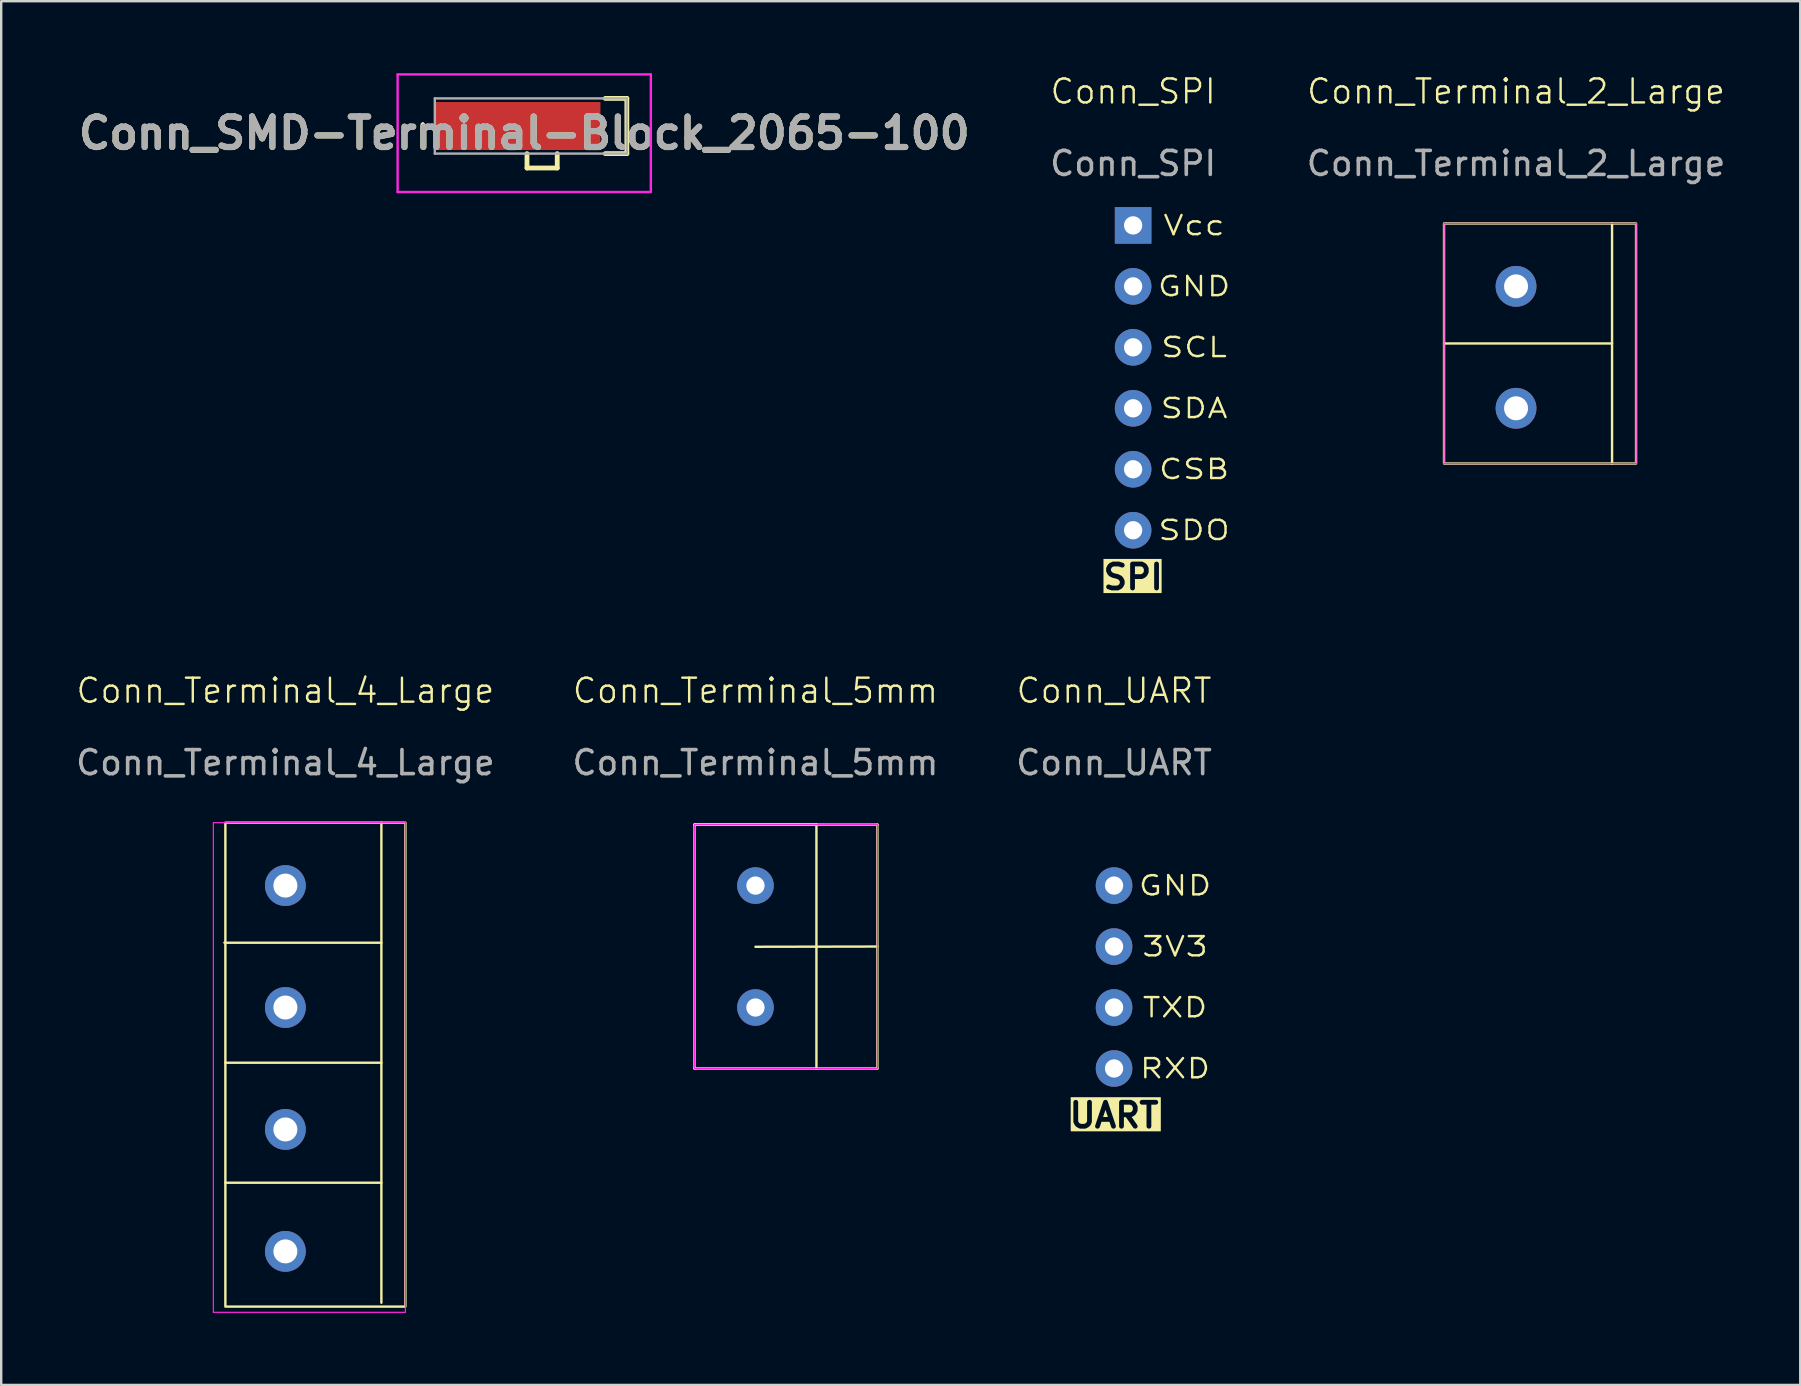
<source format=kicad_pcb>
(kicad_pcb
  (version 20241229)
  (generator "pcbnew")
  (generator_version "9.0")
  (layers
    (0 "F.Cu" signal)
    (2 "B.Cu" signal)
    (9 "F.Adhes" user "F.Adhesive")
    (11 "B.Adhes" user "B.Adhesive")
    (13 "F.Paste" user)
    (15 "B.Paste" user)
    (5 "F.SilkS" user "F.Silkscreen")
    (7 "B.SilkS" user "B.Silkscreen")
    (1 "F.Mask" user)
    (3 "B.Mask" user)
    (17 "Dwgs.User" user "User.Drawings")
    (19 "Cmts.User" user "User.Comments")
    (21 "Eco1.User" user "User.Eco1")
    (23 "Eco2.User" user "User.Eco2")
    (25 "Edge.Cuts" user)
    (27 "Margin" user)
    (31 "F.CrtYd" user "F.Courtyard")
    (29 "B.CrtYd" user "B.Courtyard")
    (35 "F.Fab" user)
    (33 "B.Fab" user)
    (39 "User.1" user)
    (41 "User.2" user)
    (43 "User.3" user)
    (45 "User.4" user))
  (footprint "Conn_SPI"
    (layer "F.Cu")
    (at 44.157 1.26)
    (property "Reference" "Conn_SPI" (at 0 -0.5 0) (unlocked yes) (layer "F.SilkS") (effects (font (size 1 1) (thickness 0.1))))
    (attr through_hole)
    (fp_text user "CSB" (at 2.54 15.24 0) (unlocked yes) (layer "F.SilkS") (effects (font (size 0.8 1) (thickness 0.1))))
    (fp_text user "SPI" (at 0 20.32 0) (unlocked yes) (layer "F.SilkS" knockout) (effects (font (size 1 1) (thickness 0.2) (bold yes)) (justify bottom)))
    (fp_text user "GND" (at 2.54 7.62 0) (unlocked yes) (layer "F.SilkS") (effects (font (size 0.8 1) (thickness 0.1))))
    (fp_text user "SDA" (at 2.54 12.7 0) (unlocked yes) (layer "F.SilkS") (effects (font (size 0.8 1) (thickness 0.1))))
    (fp_text user "SCL" (at 2.54 10.16 0) (unlocked yes) (layer "F.SilkS") (effects (font (size 0.8 1) (thickness 0.1))))
    (fp_text user "SDO" (at 2.54 17.78 0) (unlocked yes) (layer "F.SilkS") (effects (font (size 0.8 1) (thickness 0.1))))
    (fp_text user "Vcc" (at 2.54 5.08 0) (unlocked yes) (layer "F.SilkS") (effects (font (size 0.8 1) (thickness 0.1))))
    (fp_text user "${REFERENCE}" (at 0 2.5 0) (unlocked yes) (layer "F.Fab") (effects (font (size 1 1) (thickness 0.15))))
    (pad "CSB" thru_hole circle (at 0 15.24) (size 1.524 1.524) (drill 0.762) (layers "*.Cu" "*.Mask"))
    (pad "GND" thru_hole circle (at 0 7.62) (size 1.524 1.524) (drill 0.762) (layers "*.Cu" "*.Mask"))
    (pad "SCL" thru_hole circle (at 0 10.16) (size 1.524 1.524) (drill 0.762) (layers "*.Cu" "*.Mask"))
    (pad "SDA" thru_hole circle (at 0 12.7) (size 1.524 1.524) (drill 0.762) (layers "*.Cu" "*.Mask"))
    (pad "SDO" thru_hole circle (at 0 17.78) (size 1.524 1.524) (drill 0.762) (layers "*.Cu" "*.Mask"))
    (pad "Vcc" thru_hole rect (at 0 5.08) (size 1.524 1.524) (drill 0.762) (layers "*.Cu" "*.Mask")))
  (footprint "Conn_Terminal_2_Large"
    (layer "F.Cu")
    (at 60.11 1.26)
    (property "Reference" "Conn_Terminal_2_Large" (at 0 -0.5 0) (unlocked yes) (layer "F.SilkS") (effects (font (size 1 1) (thickness 0.1))))
    (attr through_hole)
    (fp_line (start -3 10) (end 4 10) (stroke (width 0.1) (type default)) (layer "F.SilkS"))
    (fp_line (start 4 5) (end 4 15) (stroke (width 0.1) (type default)) (layer "F.SilkS"))
    (fp_rect (start -3 5) (end 5 15) (stroke (width 0.1) (type default)) (fill no) (layer "F.SilkS"))
    (fp_line (start -3 5) (end 5 5) (stroke (width 0.05) (type default)) (layer "F.CrtYd"))
    (fp_line (start -3 15) (end -3 5) (stroke (width 0.05) (type default)) (layer "F.CrtYd"))
    (fp_line (start 5 5) (end 5 15) (stroke (width 0.05) (type default)) (layer "F.CrtYd"))
    (fp_line (start 5 15) (end -3 15) (stroke (width 0.05) (type default)) (layer "F.CrtYd"))
    (fp_text user "${REFERENCE}" (at 0 2.5 0) (unlocked yes) (layer "F.Fab") (effects (font (size 1 1) (thickness 0.15))))
    (pad "1" thru_hole oval (at 0 7.62) (size 1.7 1.7) (drill 1) (layers "*.Cu" "*.Mask"))
    (pad "2" thru_hole oval (at 0 12.7) (size 1.7 1.7) (drill 1) (layers "*.Cu" "*.Mask")))
  (footprint "Conn_UART"
    (layer "F.Cu")
    (at 43.363 26.224)
    (property "Reference" "Conn_UART" (at 0 -0.5 0) (unlocked yes) (layer "F.SilkS") (effects (font (size 1 1) (thickness 0.1))))
    (attr through_hole)
    (fp_text user "TXD" (at 2.54 12.7 0) (unlocked yes) (layer "F.SilkS") (effects (font (size 0.8 1) (thickness 0.1))))
    (fp_text user "GND" (at 2.54 7.62 0) (unlocked yes) (layer "F.SilkS") (effects (font (size 0.8 1) (thickness 0.1))))
    (fp_text user "UART" (at 0 17.78 0) (unlocked yes) (layer "F.SilkS" knockout) (effects (font (size 1 1) (thickness 0.2) (bold yes)) (justify bottom)))
    (fp_text user "3V3" (at 2.54 10.16 0) (unlocked yes) (layer "F.SilkS") (effects (font (size 0.8 1) (thickness 0.1))))
    (fp_text user "RXD" (at 2.54 15.24 0) (unlocked yes) (layer "F.SilkS") (effects (font (size 0.8 1) (thickness 0.1))))
    (fp_text user "${REFERENCE}" (at 0 2.5 0) (unlocked yes) (layer "F.Fab") (effects (font (size 1 1) (thickness 0.15))))
    (pad "3V3" thru_hole circle (at 0 10.16) (size 1.524 1.524) (drill 0.762) (layers "*.Cu" "*.Mask"))
    (pad "GND" thru_hole circle (at 0 7.62) (size 1.524 1.524) (drill 0.762) (layers "*.Cu" "*.Mask"))
    (pad "RXD" thru_hole circle (at 0 15.24) (size 1.524 1.524) (drill 0.762) (layers "*.Cu" "*.Mask"))
    (pad "TXD" thru_hole circle (at 0 12.7) (size 1.524 1.524) (drill 0.762) (layers "*.Cu" "*.Mask")))
  (footprint "Conn_SMD-Terminal-Block_2065-100"
    (layer "F.Cu")
    (at 18.79 2.5)
    (property "Reference" "Conn_SMD-Terminal-Block_2065-100" (at 0 0 0) (layer "F.SilkS") (effects (font (size 1.27 1.27) (thickness 0.254))))
    (attr smd)
    (fp_line (start -4.225 -0.4) (end -4.225 -0.4) (stroke (width 0.1) (type solid)) (layer "F.SilkS"))
    (fp_line (start -4.225 -0.3) (end -4.225 -0.3) (stroke (width 0.1) (type solid)) (layer "F.SilkS"))
    (fp_line (start 0.115 0.85) (end 0.115 1.45) (stroke (width 0.2) (type solid)) (layer "F.SilkS"))
    (fp_line (start 0.115 1.45) (end 1.375 1.45) (stroke (width 0.2) (type solid)) (layer "F.SilkS"))
    (fp_line (start 1.375 1.45) (end 1.375 0.85) (stroke (width 0.2) (type solid)) (layer "F.SilkS"))
    (fp_line (start 3.375 -1.45) (end 4.275 -1.45) (stroke (width 0.2) (type solid)) (layer "F.SilkS"))
    (fp_line (start 4.275 -1.45) (end 4.275 0.85) (stroke (width 0.2) (type solid)) (layer "F.SilkS"))
    (fp_line (start 4.275 0.85) (end 3.375 0.85) (stroke (width 0.2) (type solid)) (layer "F.SilkS"))
    (fp_arc (start -4.225 -0.4) (mid -4.175 -0.35) (end -4.225 -0.3) (stroke (width 0.1) (type solid)) (layer "F.SilkS"))
    (fp_arc (start -4.225 -0.3) (mid -4.275 -0.35) (end -4.225 -0.4) (stroke (width 0.1) (type solid)) (layer "F.SilkS"))
    (fp_line (start -5.275 -2.45) (end 5.275 -2.45) (stroke (width 0.1) (type solid)) (layer "F.CrtYd"))
    (fp_line (start -5.275 2.45) (end -5.275 -2.45) (stroke (width 0.1) (type solid)) (layer "F.CrtYd"))
    (fp_line (start 5.275 -2.45) (end 5.275 2.45) (stroke (width 0.1) (type solid)) (layer "F.CrtYd"))
    (fp_line (start 5.275 2.45) (end -5.275 2.45) (stroke (width 0.1) (type solid)) (layer "F.CrtYd"))
    (fp_line (start -3.725 -1.45) (end 4.275 -1.45) (stroke (width 0.1) (type solid)) (layer "F.Fab"))
    (fp_line (start -3.725 0.85) (end -3.725 -1.45) (stroke (width 0.1) (type solid)) (layer "F.Fab"))
    (fp_line (start 4.275 -1.45) (end 4.275 0.85) (stroke (width 0.1) (type solid)) (layer "F.Fab"))
    (fp_line (start 4.275 0.85) (end -3.725 0.85) (stroke (width 0.1) (type solid)) (layer "F.Fab"))
    (fp_text user "${REFERENCE}" (at 0 0 0) (layer "F.Fab") (effects (font (size 1.27 1.27) (thickness 0.254))))
    (pad "1" smd rect (at -0.275 -0.3 90) (size 2 6.9) (layers "F.Cu" "F.Mask" "F.Paste")))
  (footprint "Conn_Terminal_5mm"
    (layer "F.Cu")
    (at 28.423 26.224)
    (property "Reference" "Conn_Terminal_5mm" (at 0 -0.5 0) (unlocked yes) (layer "F.SilkS") (effects (font (size 1 1) (thickness 0.1))))
    (attr through_hole)
    (fp_line (start -2.54 5.08) (end -2.54 15.24) (stroke (width 0.1) (type default)) (layer "F.SilkS"))
    (fp_line (start -2.54 5.08) (end 5.08 5.08) (stroke (width 0.1) (type default)) (layer "F.SilkS"))
    (fp_line (start -2.54 15.24) (end 5.08 15.24) (stroke (width 0.1) (type default)) (layer "F.SilkS"))
    (fp_line (start 0 10.17) (end 5.08 10.16) (stroke (width 0.1) (type default)) (layer "F.SilkS"))
    (fp_line (start 2.54 5.08) (end -2.54 5.08) (stroke (width 0.1) (type default)) (layer "F.SilkS"))
    (fp_line (start 2.54 15.24) (end 2.54 5.08) (stroke (width 0.1) (type default)) (layer "F.SilkS"))
    (fp_line (start 5.08 15.24) (end 5.08 5.08) (stroke (width 0.1) (type default)) (layer "F.SilkS"))
    (fp_line (start -2.54 5.08) (end -2.54 15.24) (stroke (width 0.05) (type default)) (layer "F.CrtYd"))
    (fp_line (start -2.54 15.24) (end 5.08 15.24) (stroke (width 0.05) (type default)) (layer "F.CrtYd"))
    (fp_line (start 5.08 5.08) (end -2.54 5.08) (stroke (width 0.05) (type default)) (layer "F.CrtYd"))
    (fp_line (start 5.08 15.24) (end 5.08 5.08) (stroke (width 0.05) (type default)) (layer "F.CrtYd"))
    (fp_text user "${REFERENCE}" (at 0 2.5 0) (unlocked yes) (layer "F.Fab") (effects (font (size 1 1) (thickness 0.15))))
    (pad "1" thru_hole circle (at 0 7.62) (size 1.524 1.524) (drill 0.762) (layers "*.Cu" "*.Mask"))
    (pad "2" thru_hole circle (at 0 12.7) (size 1.524 1.524) (drill 0.762) (layers "*.Cu" "*.Mask")))
  (footprint "Conn_Terminal_4_Large"
    (layer "F.Cu")
    (at 8.839 26.224)
    (property "Reference" "Conn_Terminal_4_Large" (at 0 -0.5 0) (unlocked yes) (layer "F.SilkS") (effects (font (size 1 1) (thickness 0.1))))
    (attr through_hole)
    (fp_line (start -2.54 10) (end 4 10) (stroke (width 0.1) (type default)) (layer "F.SilkS"))
    (fp_line (start -2.5 15) (end 4 15) (stroke (width 0.1) (type default)) (layer "F.SilkS"))
    (fp_line (start -2.5 20) (end 4 20) (stroke (width 0.1) (type default)) (layer "F.SilkS"))
    (fp_line (start 4 5) (end 4 25) (stroke (width 0.1) (type default)) (layer "F.SilkS"))
    (fp_rect (start -2.5 5) (end 5 25.16) (stroke (width 0.1) (type default)) (fill no) (layer "F.SilkS"))
    (fp_line (start -3 5) (end 5 5) (stroke (width 0.05) (type default)) (layer "F.CrtYd"))
    (fp_line (start -3 25.4) (end -3 5) (stroke (width 0.05) (type default)) (layer "F.CrtYd"))
    (fp_line (start 5 5) (end 5 25.4) (stroke (width 0.05) (type default)) (layer "F.CrtYd"))
    (fp_line (start 5 25.4) (end -3 25.4) (stroke (width 0.05) (type default)) (layer "F.CrtYd"))
    (fp_text user "${REFERENCE}" (at 0 2.5 0) (unlocked yes) (layer "F.Fab") (effects (font (size 1 1) (thickness 0.15))))
    (pad "1" thru_hole oval (at 0 7.62) (size 1.7 1.7) (drill 1) (layers "*.Cu" "*.Mask"))
    (pad "2" thru_hole oval (at 0 12.7) (size 1.7 1.7) (drill 1) (layers "*.Cu" "*.Mask"))
    (pad "3" thru_hole oval (at 0 17.78) (size 1.7 1.7) (drill 1) (layers "*.Cu" "*.Mask"))
    (pad "4" thru_hole oval (at 0 22.86) (size 1.7 1.7) (drill 1) (layers "*.Cu" "*.Mask")))
  (gr_rect
    (start -3 -3)
    (end 71.95 54.649)
    (stroke (width 0.1) (type default))
    (fill no)
    (layer "Edge.Cuts")))
</source>
